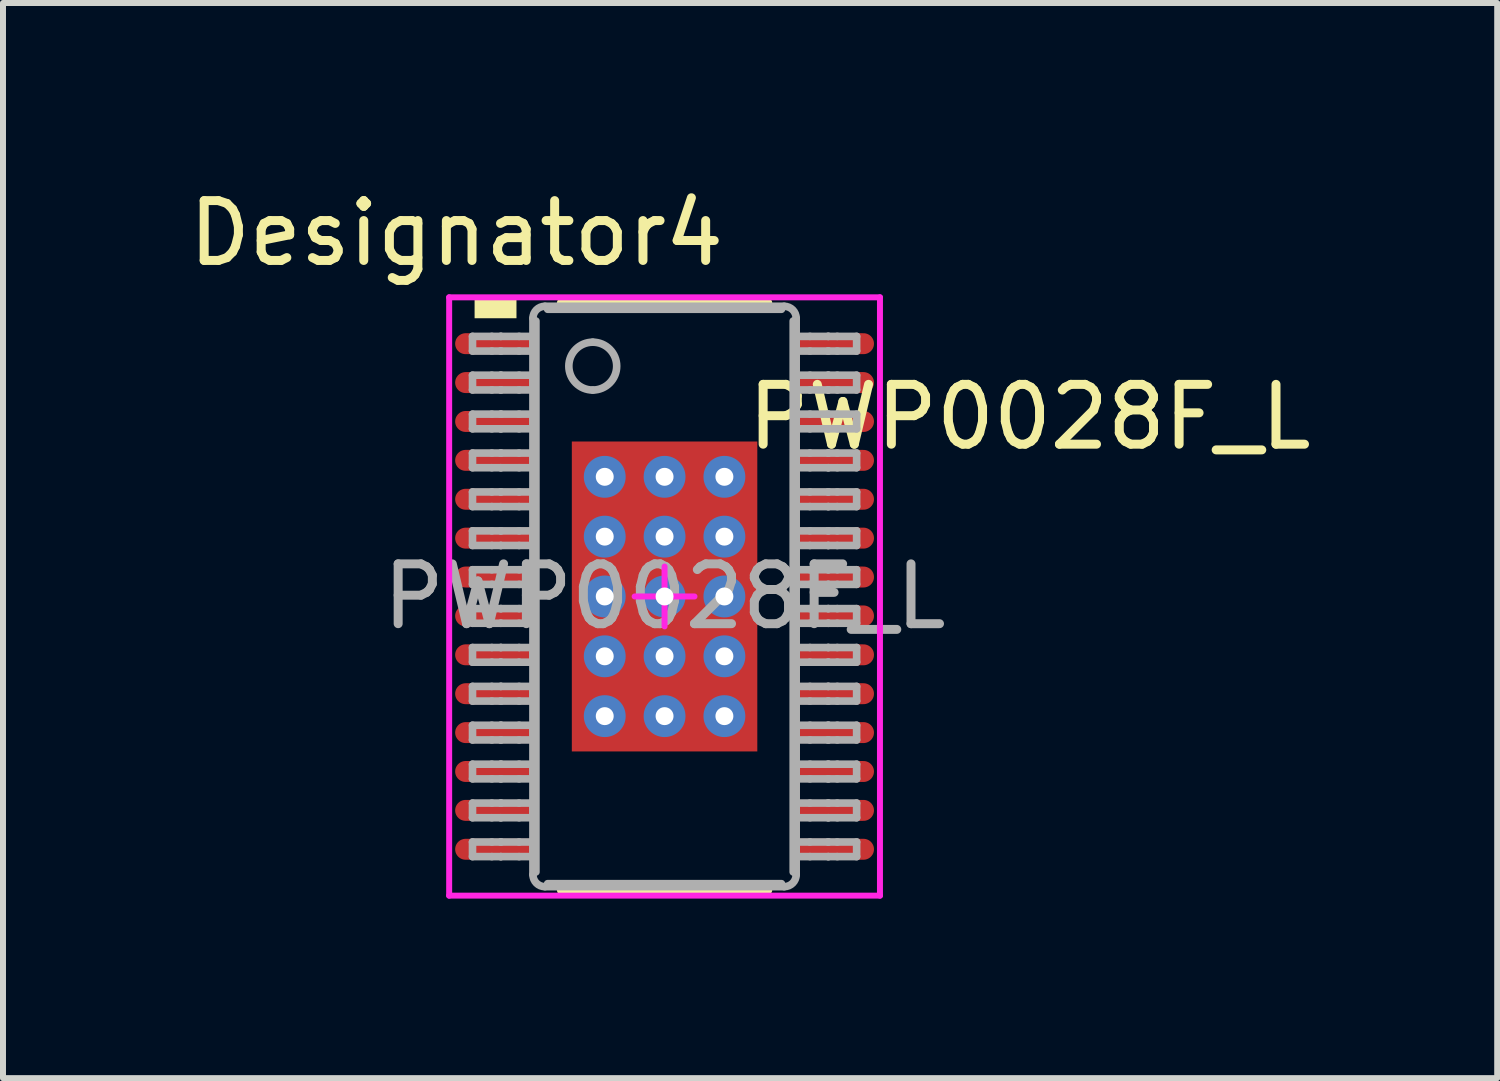
<source format=kicad_pcb>
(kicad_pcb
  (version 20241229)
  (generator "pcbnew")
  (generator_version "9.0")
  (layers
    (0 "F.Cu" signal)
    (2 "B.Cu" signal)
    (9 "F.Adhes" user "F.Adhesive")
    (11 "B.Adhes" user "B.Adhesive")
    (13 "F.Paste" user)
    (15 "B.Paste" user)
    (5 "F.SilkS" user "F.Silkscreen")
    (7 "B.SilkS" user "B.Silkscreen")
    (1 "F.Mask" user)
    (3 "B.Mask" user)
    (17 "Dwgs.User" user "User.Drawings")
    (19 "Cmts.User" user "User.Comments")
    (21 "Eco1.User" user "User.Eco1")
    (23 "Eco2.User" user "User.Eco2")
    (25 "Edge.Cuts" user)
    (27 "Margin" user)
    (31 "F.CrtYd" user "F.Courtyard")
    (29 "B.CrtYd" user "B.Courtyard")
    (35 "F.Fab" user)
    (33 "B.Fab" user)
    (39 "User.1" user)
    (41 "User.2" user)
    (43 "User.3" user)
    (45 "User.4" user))
  (footprint "PWP0028F_L"
    (layer "F.Cu")
    (at 8.057 6.919)
    (property "Reference" "PWP0028F_L" (at 6.1 -3 0) (unlocked yes) (layer "F.SilkS") (effects (font (size 1 1) (thickness 0.15))))
    (attr smd)
    (fp_line (start -1.7 -4.9) (end 1.7 -4.9) (stroke (width 0.2) (type solid)) (layer "F.SilkS"))
    (fp_line (start -1.7 4.9) (end 1.7 4.9) (stroke (width 0.2) (type solid)) (layer "F.SilkS"))
    (fp_poly (pts (xy -3.175 -4.65) (xy -2.475 -4.65) (xy -2.475 -4.975) (xy -3.175 -4.975)) (stroke (width 0) (type solid)) (fill yes) (layer "F.SilkS"))
    (fp_line (start -3.6 -5) (end 3.6 -5) (stroke (width 0.1) (type solid)) (layer "F.CrtYd"))
    (fp_line (start -3.6 5) (end -3.6 -5) (stroke (width 0.1) (type solid)) (layer "F.CrtYd"))
    (fp_line (start -3.6 5) (end 3.6 5) (stroke (width 0.1) (type solid)) (layer "F.CrtYd"))
    (fp_line (start -0.5 0) (end 0.5 0) (stroke (width 0.1) (type solid)) (layer "F.CrtYd"))
    (fp_line (start 0 0.5) (end 0 -0.5) (stroke (width 0.1) (type solid)) (layer "F.CrtYd"))
    (fp_line (start 3.6 5) (end 3.6 -5) (stroke (width 0.1) (type solid)) (layer "F.CrtYd"))
    (fp_line (start -3.21 -4.347) (end -2.887 -4.347) (stroke (width 0.127) (type solid)) (layer "F.Fab"))
    (fp_line (start -3.21 -4.102) (end -3.21 -4.347) (stroke (width 0.127) (type solid)) (layer "F.Fab"))
    (fp_line (start -3.21 -4.102) (end -2.887 -4.102) (stroke (width 0.127) (type solid)) (layer "F.Fab"))
    (fp_line (start -3.21 -3.698) (end -2.887 -3.698) (stroke (width 0.127) (type solid)) (layer "F.Fab"))
    (fp_line (start -3.21 -3.452) (end -3.21 -3.698) (stroke (width 0.127) (type solid)) (layer "F.Fab"))
    (fp_line (start -3.21 -3.452) (end -2.887 -3.452) (stroke (width 0.127) (type solid)) (layer "F.Fab"))
    (fp_line (start -3.21 -3.047) (end -2.887 -3.047) (stroke (width 0.127) (type solid)) (layer "F.Fab"))
    (fp_line (start -3.21 -2.802) (end -3.21 -3.047) (stroke (width 0.127) (type solid)) (layer "F.Fab"))
    (fp_line (start -3.21 -2.802) (end -2.887 -2.802) (stroke (width 0.127) (type solid)) (layer "F.Fab"))
    (fp_line (start -3.21 -2.397) (end -2.887 -2.397) (stroke (width 0.127) (type solid)) (layer "F.Fab"))
    (fp_line (start -3.21 -2.152) (end -3.21 -2.397) (stroke (width 0.127) (type solid)) (layer "F.Fab"))
    (fp_line (start -3.21 -2.152) (end -2.887 -2.152) (stroke (width 0.127) (type solid)) (layer "F.Fab"))
    (fp_line (start -3.21 -1.747) (end -2.887 -1.747) (stroke (width 0.127) (type solid)) (layer "F.Fab"))
    (fp_line (start -3.21 -1.502) (end -3.21 -1.747) (stroke (width 0.127) (type solid)) (layer "F.Fab"))
    (fp_line (start -3.21 -1.502) (end -2.887 -1.502) (stroke (width 0.127) (type solid)) (layer "F.Fab"))
    (fp_line (start -3.21 -1.097) (end -2.887 -1.097) (stroke (width 0.127) (type solid)) (layer "F.Fab"))
    (fp_line (start -3.21 -0.852) (end -3.21 -1.097) (stroke (width 0.127) (type solid)) (layer "F.Fab"))
    (fp_line (start -3.21 -0.852) (end -2.887 -0.852) (stroke (width 0.127) (type solid)) (layer "F.Fab"))
    (fp_line (start -3.21 -0.447) (end -2.887 -0.447) (stroke (width 0.127) (type solid)) (layer "F.Fab"))
    (fp_line (start -3.21 -0.202) (end -3.21 -0.447) (stroke (width 0.127) (type solid)) (layer "F.Fab"))
    (fp_line (start -3.21 -0.202) (end -2.887 -0.202) (stroke (width 0.127) (type solid)) (layer "F.Fab"))
    (fp_line (start -3.21 0.203) (end -2.887 0.203) (stroke (width 0.127) (type solid)) (layer "F.Fab"))
    (fp_line (start -3.21 0.448) (end -3.21 0.203) (stroke (width 0.127) (type solid)) (layer "F.Fab"))
    (fp_line (start -3.21 0.448) (end -2.887 0.448) (stroke (width 0.127) (type solid)) (layer "F.Fab"))
    (fp_line (start -3.21 0.853) (end -2.887 0.853) (stroke (width 0.127) (type solid)) (layer "F.Fab"))
    (fp_line (start -3.21 1.098) (end -3.21 0.853) (stroke (width 0.127) (type solid)) (layer "F.Fab"))
    (fp_line (start -3.21 1.098) (end -2.887 1.098) (stroke (width 0.127) (type solid)) (layer "F.Fab"))
    (fp_line (start -3.21 1.503) (end -2.887 1.503) (stroke (width 0.127) (type solid)) (layer "F.Fab"))
    (fp_line (start -3.21 1.748) (end -3.21 1.503) (stroke (width 0.127) (type solid)) (layer "F.Fab"))
    (fp_line (start -3.21 1.748) (end -2.887 1.748) (stroke (width 0.127) (type solid)) (layer "F.Fab"))
    (fp_line (start -3.21 2.152) (end -2.887 2.152) (stroke (width 0.127) (type solid)) (layer "F.Fab"))
    (fp_line (start -3.21 2.398) (end -3.21 2.152) (stroke (width 0.127) (type solid)) (layer "F.Fab"))
    (fp_line (start -3.21 2.398) (end -2.887 2.398) (stroke (width 0.127) (type solid)) (layer "F.Fab"))
    (fp_line (start -3.21 2.803) (end -2.887 2.803) (stroke (width 0.127) (type solid)) (layer "F.Fab"))
    (fp_line (start -3.21 3.048) (end -3.21 2.803) (stroke (width 0.127) (type solid)) (layer "F.Fab"))
    (fp_line (start -3.21 3.048) (end -2.887 3.048) (stroke (width 0.127) (type solid)) (layer "F.Fab"))
    (fp_line (start -3.21 3.453) (end -2.887 3.453) (stroke (width 0.127) (type solid)) (layer "F.Fab"))
    (fp_line (start -3.21 3.698) (end -3.21 3.453) (stroke (width 0.127) (type solid)) (layer "F.Fab"))
    (fp_line (start -3.21 3.698) (end -2.887 3.698) (stroke (width 0.127) (type solid)) (layer "F.Fab"))
    (fp_line (start -3.21 4.103) (end -2.887 4.103) (stroke (width 0.127) (type solid)) (layer "F.Fab"))
    (fp_line (start -3.21 4.348) (end -3.21 4.103) (stroke (width 0.127) (type solid)) (layer "F.Fab"))
    (fp_line (start -3.21 4.348) (end -2.887 4.348) (stroke (width 0.127) (type solid)) (layer "F.Fab"))
    (fp_line (start -2.887 -4.347) (end -2.739 -4.347) (stroke (width 0.127) (type solid)) (layer "F.Fab"))
    (fp_line (start -2.887 -4.102) (end -2.739 -4.102) (stroke (width 0.127) (type solid)) (layer "F.Fab"))
    (fp_line (start -2.887 -3.698) (end -2.739 -3.698) (stroke (width 0.127) (type solid)) (layer "F.Fab"))
    (fp_line (start -2.887 -3.452) (end -2.739 -3.452) (stroke (width 0.127) (type solid)) (layer "F.Fab"))
    (fp_line (start -2.887 -3.047) (end -2.739 -3.047) (stroke (width 0.127) (type solid)) (layer "F.Fab"))
    (fp_line (start -2.887 -2.802) (end -2.739 -2.802) (stroke (width 0.127) (type solid)) (layer "F.Fab"))
    (fp_line (start -2.887 -2.397) (end -2.739 -2.397) (stroke (width 0.127) (type solid)) (layer "F.Fab"))
    (fp_line (start -2.887 -2.152) (end -2.739 -2.152) (stroke (width 0.127) (type solid)) (layer "F.Fab"))
    (fp_line (start -2.887 -1.747) (end -2.739 -1.747) (stroke (width 0.127) (type solid)) (layer "F.Fab"))
    (fp_line (start -2.887 -1.502) (end -2.739 -1.502) (stroke (width 0.127) (type solid)) (layer "F.Fab"))
    (fp_line (start -2.887 -1.097) (end -2.739 -1.097) (stroke (width 0.127) (type solid)) (layer "F.Fab"))
    (fp_line (start -2.887 -0.852) (end -2.739 -0.852) (stroke (width 0.127) (type solid)) (layer "F.Fab"))
    (fp_line (start -2.887 -0.447) (end -2.739 -0.447) (stroke (width 0.127) (type solid)) (layer "F.Fab"))
    (fp_line (start -2.887 -0.202) (end -2.739 -0.202) (stroke (width 0.127) (type solid)) (layer "F.Fab"))
    (fp_line (start -2.887 0.203) (end -2.739 0.203) (stroke (width 0.127) (type solid)) (layer "F.Fab"))
    (fp_line (start -2.887 0.448) (end -2.739 0.448) (stroke (width 0.127) (type solid)) (layer "F.Fab"))
    (fp_line (start -2.887 0.853) (end -2.739 0.853) (stroke (width 0.127) (type solid)) (layer "F.Fab"))
    (fp_line (start -2.887 1.098) (end -2.739 1.098) (stroke (width 0.127) (type solid)) (layer "F.Fab"))
    (fp_line (start -2.887 1.503) (end -2.739 1.503) (stroke (width 0.127) (type solid)) (layer "F.Fab"))
    (fp_line (start -2.887 1.748) (end -2.739 1.748) (stroke (width 0.127) (type solid)) (layer "F.Fab"))
    (fp_line (start -2.887 2.152) (end -2.739 2.152) (stroke (width 0.127) (type solid)) (layer "F.Fab"))
    (fp_line (start -2.887 2.398) (end -2.739 2.398) (stroke (width 0.127) (type solid)) (layer "F.Fab"))
    (fp_line (start -2.887 2.803) (end -2.739 2.803) (stroke (width 0.127) (type solid)) (layer "F.Fab"))
    (fp_line (start -2.887 3.048) (end -2.739 3.048) (stroke (width 0.127) (type solid)) (layer "F.Fab"))
    (fp_line (start -2.887 3.453) (end -2.739 3.453) (stroke (width 0.127) (type solid)) (layer "F.Fab"))
    (fp_line (start -2.887 3.698) (end -2.739 3.698) (stroke (width 0.127) (type solid)) (layer "F.Fab"))
    (fp_line (start -2.887 4.103) (end -2.739 4.103) (stroke (width 0.127) (type solid)) (layer "F.Fab"))
    (fp_line (start -2.887 4.348) (end -2.739 4.348) (stroke (width 0.127) (type solid)) (layer "F.Fab"))
    (fp_line (start -2.739 -4.347) (end -2.733 -4.347) (stroke (width 0.127) (type solid)) (layer "F.Fab"))
    (fp_line (start -2.739 -4.102) (end -2.733 -4.102) (stroke (width 0.127) (type solid)) (layer "F.Fab"))
    (fp_line (start -2.739 -3.698) (end -2.733 -3.698) (stroke (width 0.127) (type solid)) (layer "F.Fab"))
    (fp_line (start -2.739 -3.452) (end -2.733 -3.452) (stroke (width 0.127) (type solid)) (layer "F.Fab"))
    (fp_line (start -2.739 -3.047) (end -2.733 -3.047) (stroke (width 0.127) (type solid)) (layer "F.Fab"))
    (fp_line (start -2.739 -2.802) (end -2.733 -2.802) (stroke (width 0.127) (type solid)) (layer "F.Fab"))
    (fp_line (start -2.739 -2.397) (end -2.733 -2.397) (stroke (width 0.127) (type solid)) (layer "F.Fab"))
    (fp_line (start -2.739 -2.152) (end -2.733 -2.152) (stroke (width 0.127) (type solid)) (layer "F.Fab"))
    (fp_line (start -2.739 -1.747) (end -2.733 -1.747) (stroke (width 0.127) (type solid)) (layer "F.Fab"))
    (fp_line (start -2.739 -1.502) (end -2.733 -1.502) (stroke (width 0.127) (type solid)) (layer "F.Fab"))
    (fp_line (start -2.739 -1.097) (end -2.733 -1.097) (stroke (width 0.127) (type solid)) (layer "F.Fab"))
    (fp_line (start -2.739 -0.852) (end -2.733 -0.852) (stroke (width 0.127) (type solid)) (layer "F.Fab"))
    (fp_line (start -2.739 -0.447) (end -2.733 -0.447) (stroke (width 0.127) (type solid)) (layer "F.Fab"))
    (fp_line (start -2.739 -0.202) (end -2.733 -0.202) (stroke (width 0.127) (type solid)) (layer "F.Fab"))
    (fp_line (start -2.739 0.203) (end -2.733 0.203) (stroke (width 0.127) (type solid)) (layer "F.Fab"))
    (fp_line (start -2.739 0.448) (end -2.733 0.448) (stroke (width 0.127) (type solid)) (layer "F.Fab"))
    (fp_line (start -2.739 0.853) (end -2.733 0.853) (stroke (width 0.127) (type solid)) (layer "F.Fab"))
    (fp_line (start -2.739 1.098) (end -2.733 1.098) (stroke (width 0.127) (type solid)) (layer "F.Fab"))
    (fp_line (start -2.739 1.503) (end -2.733 1.503) (stroke (width 0.127) (type solid)) (layer "F.Fab"))
    (fp_line (start -2.739 1.748) (end -2.733 1.748) (stroke (width 0.127) (type solid)) (layer "F.Fab"))
    (fp_line (start -2.739 2.152) (end -2.733 2.152) (stroke (width 0.127) (type solid)) (layer "F.Fab"))
    (fp_line (start -2.739 2.398) (end -2.733 2.398) (stroke (width 0.127) (type solid)) (layer "F.Fab"))
    (fp_line (start -2.739 2.803) (end -2.733 2.803) (stroke (width 0.127) (type solid)) (layer "F.Fab"))
    (fp_line (start -2.739 3.048) (end -2.733 3.048) (stroke (width 0.127) (type solid)) (layer "F.Fab"))
    (fp_line (start -2.739 3.453) (end -2.733 3.453) (stroke (width 0.127) (type solid)) (layer "F.Fab"))
    (fp_line (start -2.739 3.698) (end -2.733 3.698) (stroke (width 0.127) (type solid)) (layer "F.Fab"))
    (fp_line (start -2.739 4.103) (end -2.733 4.103) (stroke (width 0.127) (type solid)) (layer "F.Fab"))
    (fp_line (start -2.739 4.348) (end -2.733 4.348) (stroke (width 0.127) (type solid)) (layer "F.Fab"))
    (fp_line (start -2.733 -4.347) (end -2.431 -4.347) (stroke (width 0.127) (type solid)) (layer "F.Fab"))
    (fp_line (start -2.733 -4.102) (end -2.431 -4.102) (stroke (width 0.127) (type solid)) (layer "F.Fab"))
    (fp_line (start -2.733 -3.698) (end -2.431 -3.698) (stroke (width 0.127) (type solid)) (layer "F.Fab"))
    (fp_line (start -2.733 -3.452) (end -2.431 -3.452) (stroke (width 0.127) (type solid)) (layer "F.Fab"))
    (fp_line (start -2.733 -3.047) (end -2.431 -3.047) (stroke (width 0.127) (type solid)) (layer "F.Fab"))
    (fp_line (start -2.733 -2.802) (end -2.431 -2.802) (stroke (width 0.127) (type solid)) (layer "F.Fab"))
    (fp_line (start -2.733 -2.397) (end -2.431 -2.397) (stroke (width 0.127) (type solid)) (layer "F.Fab"))
    (fp_line (start -2.733 -2.152) (end -2.431 -2.152) (stroke (width 0.127) (type solid)) (layer "F.Fab"))
    (fp_line (start -2.733 -1.747) (end -2.431 -1.747) (stroke (width 0.127) (type solid)) (layer "F.Fab"))
    (fp_line (start -2.733 -1.502) (end -2.431 -1.502) (stroke (width 0.127) (type solid)) (layer "F.Fab"))
    (fp_line (start -2.733 -1.097) (end -2.431 -1.097) (stroke (width 0.127) (type solid)) (layer "F.Fab"))
    (fp_line (start -2.733 -0.852) (end -2.431 -0.852) (stroke (width 0.127) (type solid)) (layer "F.Fab"))
    (fp_line (start -2.733 -0.447) (end -2.431 -0.447) (stroke (width 0.127) (type solid)) (layer "F.Fab"))
    (fp_line (start -2.733 -0.202) (end -2.431 -0.202) (stroke (width 0.127) (type solid)) (layer "F.Fab"))
    (fp_line (start -2.733 0.203) (end -2.431 0.203) (stroke (width 0.127) (type solid)) (layer "F.Fab"))
    (fp_line (start -2.733 0.448) (end -2.431 0.448) (stroke (width 0.127) (type solid)) (layer "F.Fab"))
    (fp_line (start -2.733 0.853) (end -2.431 0.853) (stroke (width 0.127) (type solid)) (layer "F.Fab"))
    (fp_line (start -2.733 1.098) (end -2.431 1.098) (stroke (width 0.127) (type solid)) (layer "F.Fab"))
    (fp_line (start -2.733 1.503) (end -2.431 1.503) (stroke (width 0.127) (type solid)) (layer "F.Fab"))
    (fp_line (start -2.733 1.748) (end -2.431 1.748) (stroke (width 0.127) (type solid)) (layer "F.Fab"))
    (fp_line (start -2.733 2.152) (end -2.431 2.152) (stroke (width 0.127) (type solid)) (layer "F.Fab"))
    (fp_line (start -2.733 2.398) (end -2.431 2.398) (stroke (width 0.127) (type solid)) (layer "F.Fab"))
    (fp_line (start -2.733 2.803) (end -2.431 2.803) (stroke (width 0.127) (type solid)) (layer "F.Fab"))
    (fp_line (start -2.733 3.048) (end -2.431 3.048) (stroke (width 0.127) (type solid)) (layer "F.Fab"))
    (fp_line (start -2.733 3.453) (end -2.431 3.453) (stroke (width 0.127) (type solid)) (layer "F.Fab"))
    (fp_line (start -2.733 3.698) (end -2.431 3.698) (stroke (width 0.127) (type solid)) (layer "F.Fab"))
    (fp_line (start -2.733 4.103) (end -2.431 4.103) (stroke (width 0.127) (type solid)) (layer "F.Fab"))
    (fp_line (start -2.733 4.348) (end -2.431 4.348) (stroke (width 0.127) (type solid)) (layer "F.Fab"))
    (fp_line (start -2.431 -4.347) (end -2.2 -4.347) (stroke (width 0.127) (type solid)) (layer "F.Fab"))
    (fp_line (start -2.431 -4.102) (end -2.2 -4.102) (stroke (width 0.127) (type solid)) (layer "F.Fab"))
    (fp_line (start -2.431 -3.698) (end -2.2 -3.698) (stroke (width 0.127) (type solid)) (layer "F.Fab"))
    (fp_line (start -2.431 -3.452) (end -2.2 -3.452) (stroke (width 0.127) (type solid)) (layer "F.Fab"))
    (fp_line (start -2.431 -3.047) (end -2.2 -3.047) (stroke (width 0.127) (type solid)) (layer "F.Fab"))
    (fp_line (start -2.431 -2.802) (end -2.2 -2.802) (stroke (width 0.127) (type solid)) (layer "F.Fab"))
    (fp_line (start -2.431 -2.397) (end -2.2 -2.397) (stroke (width 0.127) (type solid)) (layer "F.Fab"))
    (fp_line (start -2.431 -2.152) (end -2.2 -2.152) (stroke (width 0.127) (type solid)) (layer "F.Fab"))
    (fp_line (start -2.431 -1.747) (end -2.2 -1.747) (stroke (width 0.127) (type solid)) (layer "F.Fab"))
    (fp_line (start -2.431 -1.502) (end -2.2 -1.502) (stroke (width 0.127) (type solid)) (layer "F.Fab"))
    (fp_line (start -2.431 -1.097) (end -2.2 -1.097) (stroke (width 0.127) (type solid)) (layer "F.Fab"))
    (fp_line (start -2.431 -0.852) (end -2.2 -0.852) (stroke (width 0.127) (type solid)) (layer "F.Fab"))
    (fp_line (start -2.431 -0.447) (end -2.2 -0.447) (stroke (width 0.127) (type solid)) (layer "F.Fab"))
    (fp_line (start -2.431 -0.202) (end -2.2 -0.202) (stroke (width 0.127) (type solid)) (layer "F.Fab"))
    (fp_line (start -2.431 0.203) (end -2.2 0.203) (stroke (width 0.127) (type solid)) (layer "F.Fab"))
    (fp_line (start -2.431 0.448) (end -2.2 0.448) (stroke (width 0.127) (type solid)) (layer "F.Fab"))
    (fp_line (start -2.431 0.853) (end -2.2 0.853) (stroke (width 0.127) (type solid)) (layer "F.Fab"))
    (fp_line (start -2.431 1.098) (end -2.2 1.098) (stroke (width 0.127) (type solid)) (layer "F.Fab"))
    (fp_line (start -2.431 1.503) (end -2.2 1.503) (stroke (width 0.127) (type solid)) (layer "F.Fab"))
    (fp_line (start -2.431 1.748) (end -2.2 1.748) (stroke (width 0.127) (type solid)) (layer "F.Fab"))
    (fp_line (start -2.431 2.152) (end -2.2 2.152) (stroke (width 0.127) (type solid)) (layer "F.Fab"))
    (fp_line (start -2.431 2.398) (end -2.2 2.398) (stroke (width 0.127) (type solid)) (layer "F.Fab"))
    (fp_line (start -2.431 2.803) (end -2.2 2.803) (stroke (width 0.127) (type solid)) (layer "F.Fab"))
    (fp_line (start -2.431 3.048) (end -2.2 3.048) (stroke (width 0.127) (type solid)) (layer "F.Fab"))
    (fp_line (start -2.431 3.453) (end -2.2 3.453) (stroke (width 0.127) (type solid)) (layer "F.Fab"))
    (fp_line (start -2.431 3.698) (end -2.2 3.698) (stroke (width 0.127) (type solid)) (layer "F.Fab"))
    (fp_line (start -2.431 4.103) (end -2.2 4.103) (stroke (width 0.127) (type solid)) (layer "F.Fab"))
    (fp_line (start -2.431 4.348) (end -2.2 4.348) (stroke (width 0.127) (type solid)) (layer "F.Fab"))
    (fp_line (start -2.2 -4.102) (end -2.2 -4.347) (stroke (width 0.127) (type solid)) (layer "F.Fab"))
    (fp_line (start -2.2 -3.452) (end -2.2 -3.698) (stroke (width 0.127) (type solid)) (layer "F.Fab"))
    (fp_line (start -2.2 -2.802) (end -2.2 -3.047) (stroke (width 0.127) (type solid)) (layer "F.Fab"))
    (fp_line (start -2.2 -2.152) (end -2.2 -2.397) (stroke (width 0.127) (type solid)) (layer "F.Fab"))
    (fp_line (start -2.2 -1.502) (end -2.2 -1.747) (stroke (width 0.127) (type solid)) (layer "F.Fab"))
    (fp_line (start -2.2 -0.852) (end -2.2 -1.097) (stroke (width 0.127) (type solid)) (layer "F.Fab"))
    (fp_line (start -2.2 -0.202) (end -2.2 -0.447) (stroke (width 0.127) (type solid)) (layer "F.Fab"))
    (fp_line (start -2.2 0.448) (end -2.2 0.203) (stroke (width 0.127) (type solid)) (layer "F.Fab"))
    (fp_line (start -2.2 1.098) (end -2.2 0.853) (stroke (width 0.127) (type solid)) (layer "F.Fab"))
    (fp_line (start -2.2 1.748) (end -2.2 1.503) (stroke (width 0.127) (type solid)) (layer "F.Fab"))
    (fp_line (start -2.2 2.398) (end -2.2 2.152) (stroke (width 0.127) (type solid)) (layer "F.Fab"))
    (fp_line (start -2.2 3.048) (end -2.2 2.803) (stroke (width 0.127) (type solid)) (layer "F.Fab"))
    (fp_line (start -2.2 3.698) (end -2.2 3.453) (stroke (width 0.127) (type solid)) (layer "F.Fab"))
    (fp_line (start -2.2 4.348) (end -2.2 4.103) (stroke (width 0.127) (type solid)) (layer "F.Fab"))
    (fp_line (start -2.2 4.65) (end -2.2 -4.65) (stroke (width 0.127) (type solid)) (layer "F.Fab"))
    (fp_line (start -2.15 4.604) (end -2.15 -4.604) (stroke (width 0.127) (type solid)) (layer "F.Fab"))
    (fp_line (start -2 -4.85) (end 2 -4.85) (stroke (width 0.127) (type solid)) (layer "F.Fab"))
    (fp_line (start -2 4.85) (end 2 4.85) (stroke (width 0.127) (type solid)) (layer "F.Fab"))
    (fp_line (start -1.954 -4.8) (end 1.954 -4.8) (stroke (width 0.127) (type solid)) (layer "F.Fab"))
    (fp_line (start -1.954 4.8) (end 1.954 4.8) (stroke (width 0.127) (type solid)) (layer "F.Fab"))
    (fp_line (start 2.15 4.604) (end 2.15 -4.604) (stroke (width 0.127) (type solid)) (layer "F.Fab"))
    (fp_line (start 2.2 -4.347) (end 2.43 -4.347) (stroke (width 0.127) (type solid)) (layer "F.Fab"))
    (fp_line (start 2.2 -4.102) (end 2.2 -4.347) (stroke (width 0.127) (type solid)) (layer "F.Fab"))
    (fp_line (start 2.2 -4.102) (end 2.43 -4.102) (stroke (width 0.127) (type solid)) (layer "F.Fab"))
    (fp_line (start 2.2 -3.698) (end 2.43 -3.698) (stroke (width 0.127) (type solid)) (layer "F.Fab"))
    (fp_line (start 2.2 -3.452) (end 2.2 -3.698) (stroke (width 0.127) (type solid)) (layer "F.Fab"))
    (fp_line (start 2.2 -3.452) (end 2.43 -3.452) (stroke (width 0.127) (type solid)) (layer "F.Fab"))
    (fp_line (start 2.2 -3.047) (end 2.43 -3.047) (stroke (width 0.127) (type solid)) (layer "F.Fab"))
    (fp_line (start 2.2 -2.802) (end 2.2 -3.047) (stroke (width 0.127) (type solid)) (layer "F.Fab"))
    (fp_line (start 2.2 -2.802) (end 2.43 -2.802) (stroke (width 0.127) (type solid)) (layer "F.Fab"))
    (fp_line (start 2.2 -2.397) (end 2.43 -2.397) (stroke (width 0.127) (type solid)) (layer "F.Fab"))
    (fp_line (start 2.2 -2.152) (end 2.2 -2.397) (stroke (width 0.127) (type solid)) (layer "F.Fab"))
    (fp_line (start 2.2 -2.152) (end 2.43 -2.152) (stroke (width 0.127) (type solid)) (layer "F.Fab"))
    (fp_line (start 2.2 -1.747) (end 2.43 -1.747) (stroke (width 0.127) (type solid)) (layer "F.Fab"))
    (fp_line (start 2.2 -1.502) (end 2.2 -1.747) (stroke (width 0.127) (type solid)) (layer "F.Fab"))
    (fp_line (start 2.2 -1.502) (end 2.43 -1.502) (stroke (width 0.127) (type solid)) (layer "F.Fab"))
    (fp_line (start 2.2 -1.097) (end 2.43 -1.097) (stroke (width 0.127) (type solid)) (layer "F.Fab"))
    (fp_line (start 2.2 -0.852) (end 2.2 -1.097) (stroke (width 0.127) (type solid)) (layer "F.Fab"))
    (fp_line (start 2.2 -0.852) (end 2.43 -0.852) (stroke (width 0.127) (type solid)) (layer "F.Fab"))
    (fp_line (start 2.2 -0.447) (end 2.43 -0.447) (stroke (width 0.127) (type solid)) (layer "F.Fab"))
    (fp_line (start 2.2 -0.202) (end 2.2 -0.447) (stroke (width 0.127) (type solid)) (layer "F.Fab"))
    (fp_line (start 2.2 -0.202) (end 2.43 -0.202) (stroke (width 0.127) (type solid)) (layer "F.Fab"))
    (fp_line (start 2.2 0.203) (end 2.43 0.203) (stroke (width 0.127) (type solid)) (layer "F.Fab"))
    (fp_line (start 2.2 0.448) (end 2.2 0.203) (stroke (width 0.127) (type solid)) (layer "F.Fab"))
    (fp_line (start 2.2 0.448) (end 2.43 0.448) (stroke (width 0.127) (type solid)) (layer "F.Fab"))
    (fp_line (start 2.2 0.853) (end 2.43 0.853) (stroke (width 0.127) (type solid)) (layer "F.Fab"))
    (fp_line (start 2.2 1.098) (end 2.2 0.853) (stroke (width 0.127) (type solid)) (layer "F.Fab"))
    (fp_line (start 2.2 1.098) (end 2.43 1.098) (stroke (width 0.127) (type solid)) (layer "F.Fab"))
    (fp_line (start 2.2 1.503) (end 2.43 1.503) (stroke (width 0.127) (type solid)) (layer "F.Fab"))
    (fp_line (start 2.2 1.748) (end 2.2 1.503) (stroke (width 0.127) (type solid)) (layer "F.Fab"))
    (fp_line (start 2.2 1.748) (end 2.43 1.748) (stroke (width 0.127) (type solid)) (layer "F.Fab"))
    (fp_line (start 2.2 2.152) (end 2.43 2.152) (stroke (width 0.127) (type solid)) (layer "F.Fab"))
    (fp_line (start 2.2 2.398) (end 2.2 2.152) (stroke (width 0.127) (type solid)) (layer "F.Fab"))
    (fp_line (start 2.2 2.398) (end 2.43 2.398) (stroke (width 0.127) (type solid)) (layer "F.Fab"))
    (fp_line (start 2.2 2.803) (end 2.43 2.803) (stroke (width 0.127) (type solid)) (layer "F.Fab"))
    (fp_line (start 2.2 3.048) (end 2.2 2.803) (stroke (width 0.127) (type solid)) (layer "F.Fab"))
    (fp_line (start 2.2 3.048) (end 2.43 3.048) (stroke (width 0.127) (type solid)) (layer "F.Fab"))
    (fp_line (start 2.2 3.453) (end 2.43 3.453) (stroke (width 0.127) (type solid)) (layer "F.Fab"))
    (fp_line (start 2.2 3.698) (end 2.2 3.453) (stroke (width 0.127) (type solid)) (layer "F.Fab"))
    (fp_line (start 2.2 3.698) (end 2.43 3.698) (stroke (width 0.127) (type solid)) (layer "F.Fab"))
    (fp_line (start 2.2 4.103) (end 2.43 4.103) (stroke (width 0.127) (type solid)) (layer "F.Fab"))
    (fp_line (start 2.2 4.348) (end 2.2 4.103) (stroke (width 0.127) (type solid)) (layer "F.Fab"))
    (fp_line (start 2.2 4.348) (end 2.43 4.348) (stroke (width 0.127) (type solid)) (layer "F.Fab"))
    (fp_line (start 2.2 4.65) (end 2.2 -4.65) (stroke (width 0.127) (type solid)) (layer "F.Fab"))
    (fp_line (start 2.43 -4.347) (end 2.733 -4.347) (stroke (width 0.127) (type solid)) (layer "F.Fab"))
    (fp_line (start 2.43 -4.102) (end 2.733 -4.102) (stroke (width 0.127) (type solid)) (layer "F.Fab"))
    (fp_line (start 2.43 -3.698) (end 2.733 -3.698) (stroke (width 0.127) (type solid)) (layer "F.Fab"))
    (fp_line (start 2.43 -3.452) (end 2.733 -3.452) (stroke (width 0.127) (type solid)) (layer "F.Fab"))
    (fp_line (start 2.43 -3.047) (end 2.733 -3.047) (stroke (width 0.127) (type solid)) (layer "F.Fab"))
    (fp_line (start 2.43 -2.802) (end 2.733 -2.802) (stroke (width 0.127) (type solid)) (layer "F.Fab"))
    (fp_line (start 2.43 -2.397) (end 2.733 -2.397) (stroke (width 0.127) (type solid)) (layer "F.Fab"))
    (fp_line (start 2.43 -2.152) (end 2.733 -2.152) (stroke (width 0.127) (type solid)) (layer "F.Fab"))
    (fp_line (start 2.43 -1.747) (end 2.733 -1.747) (stroke (width 0.127) (type solid)) (layer "F.Fab"))
    (fp_line (start 2.43 -1.502) (end 2.733 -1.502) (stroke (width 0.127) (type solid)) (layer "F.Fab"))
    (fp_line (start 2.43 -1.097) (end 2.733 -1.097) (stroke (width 0.127) (type solid)) (layer "F.Fab"))
    (fp_line (start 2.43 -0.852) (end 2.733 -0.852) (stroke (width 0.127) (type solid)) (layer "F.Fab"))
    (fp_line (start 2.43 -0.447) (end 2.733 -0.447) (stroke (width 0.127) (type solid)) (layer "F.Fab"))
    (fp_line (start 2.43 -0.202) (end 2.733 -0.202) (stroke (width 0.127) (type solid)) (layer "F.Fab"))
    (fp_line (start 2.43 0.203) (end 2.733 0.203) (stroke (width 0.127) (type solid)) (layer "F.Fab"))
    (fp_line (start 2.43 0.448) (end 2.733 0.448) (stroke (width 0.127) (type solid)) (layer "F.Fab"))
    (fp_line (start 2.43 0.853) (end 2.733 0.853) (stroke (width 0.127) (type solid)) (layer "F.Fab"))
    (fp_line (start 2.43 1.098) (end 2.733 1.098) (stroke (width 0.127) (type solid)) (layer "F.Fab"))
    (fp_line (start 2.43 1.503) (end 2.733 1.503) (stroke (width 0.127) (type solid)) (layer "F.Fab"))
    (fp_line (start 2.43 1.748) (end 2.733 1.748) (stroke (width 0.127) (type solid)) (layer "F.Fab"))
    (fp_line (start 2.43 2.152) (end 2.733 2.152) (stroke (width 0.127) (type solid)) (layer "F.Fab"))
    (fp_line (start 2.43 2.398) (end 2.733 2.398) (stroke (width 0.127) (type solid)) (layer "F.Fab"))
    (fp_line (start 2.43 2.803) (end 2.733 2.803) (stroke (width 0.127) (type solid)) (layer "F.Fab"))
    (fp_line (start 2.43 3.048) (end 2.733 3.048) (stroke (width 0.127) (type solid)) (layer "F.Fab"))
    (fp_line (start 2.43 3.453) (end 2.733 3.453) (stroke (width 0.127) (type solid)) (layer "F.Fab"))
    (fp_line (start 2.43 3.698) (end 2.733 3.698) (stroke (width 0.127) (type solid)) (layer "F.Fab"))
    (fp_line (start 2.43 4.103) (end 2.733 4.103) (stroke (width 0.127) (type solid)) (layer "F.Fab"))
    (fp_line (start 2.43 4.348) (end 2.733 4.348) (stroke (width 0.127) (type solid)) (layer "F.Fab"))
    (fp_line (start 2.733 -4.347) (end 2.739 -4.347) (stroke (width 0.127) (type solid)) (layer "F.Fab"))
    (fp_line (start 2.733 -4.102) (end 2.739 -4.102) (stroke (width 0.127) (type solid)) (layer "F.Fab"))
    (fp_line (start 2.733 -3.698) (end 2.739 -3.698) (stroke (width 0.127) (type solid)) (layer "F.Fab"))
    (fp_line (start 2.733 -3.452) (end 2.739 -3.452) (stroke (width 0.127) (type solid)) (layer "F.Fab"))
    (fp_line (start 2.733 -3.047) (end 2.739 -3.047) (stroke (width 0.127) (type solid)) (layer "F.Fab"))
    (fp_line (start 2.733 -2.802) (end 2.739 -2.802) (stroke (width 0.127) (type solid)) (layer "F.Fab"))
    (fp_line (start 2.733 -2.397) (end 2.739 -2.397) (stroke (width 0.127) (type solid)) (layer "F.Fab"))
    (fp_line (start 2.733 -2.152) (end 2.739 -2.152) (stroke (width 0.127) (type solid)) (layer "F.Fab"))
    (fp_line (start 2.733 -1.747) (end 2.739 -1.747) (stroke (width 0.127) (type solid)) (layer "F.Fab"))
    (fp_line (start 2.733 -1.502) (end 2.739 -1.502) (stroke (width 0.127) (type solid)) (layer "F.Fab"))
    (fp_line (start 2.733 -1.097) (end 2.739 -1.097) (stroke (width 0.127) (type solid)) (layer "F.Fab"))
    (fp_line (start 2.733 -0.852) (end 2.739 -0.852) (stroke (width 0.127) (type solid)) (layer "F.Fab"))
    (fp_line (start 2.733 -0.447) (end 2.739 -0.447) (stroke (width 0.127) (type solid)) (layer "F.Fab"))
    (fp_line (start 2.733 -0.202) (end 2.739 -0.202) (stroke (width 0.127) (type solid)) (layer "F.Fab"))
    (fp_line (start 2.733 0.203) (end 2.739 0.203) (stroke (width 0.127) (type solid)) (layer "F.Fab"))
    (fp_line (start 2.733 0.448) (end 2.739 0.448) (stroke (width 0.127) (type solid)) (layer "F.Fab"))
    (fp_line (start 2.733 0.853) (end 2.739 0.853) (stroke (width 0.127) (type solid)) (layer "F.Fab"))
    (fp_line (start 2.733 1.098) (end 2.739 1.098) (stroke (width 0.127) (type solid)) (layer "F.Fab"))
    (fp_line (start 2.733 1.503) (end 2.739 1.503) (stroke (width 0.127) (type solid)) (layer "F.Fab"))
    (fp_line (start 2.733 1.748) (end 2.739 1.748) (stroke (width 0.127) (type solid)) (layer "F.Fab"))
    (fp_line (start 2.733 2.152) (end 2.739 2.152) (stroke (width 0.127) (type solid)) (layer "F.Fab"))
    (fp_line (start 2.733 2.398) (end 2.739 2.398) (stroke (width 0.127) (type solid)) (layer "F.Fab"))
    (fp_line (start 2.733 2.803) (end 2.739 2.803) (stroke (width 0.127) (type solid)) (layer "F.Fab"))
    (fp_line (start 2.733 3.048) (end 2.739 3.048) (stroke (width 0.127) (type solid)) (layer "F.Fab"))
    (fp_line (start 2.733 3.453) (end 2.739 3.453) (stroke (width 0.127) (type solid)) (layer "F.Fab"))
    (fp_line (start 2.733 3.698) (end 2.739 3.698) (stroke (width 0.127) (type solid)) (layer "F.Fab"))
    (fp_line (start 2.733 4.103) (end 2.739 4.103) (stroke (width 0.127) (type solid)) (layer "F.Fab"))
    (fp_line (start 2.733 4.348) (end 2.739 4.348) (stroke (width 0.127) (type solid)) (layer "F.Fab"))
    (fp_line (start 2.739 -4.347) (end 2.887 -4.347) (stroke (width 0.127) (type solid)) (layer "F.Fab"))
    (fp_line (start 2.739 -4.102) (end 2.887 -4.102) (stroke (width 0.127) (type solid)) (layer "F.Fab"))
    (fp_line (start 2.739 -3.698) (end 2.887 -3.698) (stroke (width 0.127) (type solid)) (layer "F.Fab"))
    (fp_line (start 2.739 -3.452) (end 2.887 -3.452) (stroke (width 0.127) (type solid)) (layer "F.Fab"))
    (fp_line (start 2.739 -3.047) (end 2.887 -3.047) (stroke (width 0.127) (type solid)) (layer "F.Fab"))
    (fp_line (start 2.739 -2.802) (end 2.887 -2.802) (stroke (width 0.127) (type solid)) (layer "F.Fab"))
    (fp_line (start 2.739 -2.397) (end 2.887 -2.397) (stroke (width 0.127) (type solid)) (layer "F.Fab"))
    (fp_line (start 2.739 -2.152) (end 2.887 -2.152) (stroke (width 0.127) (type solid)) (layer "F.Fab"))
    (fp_line (start 2.739 -1.747) (end 2.887 -1.747) (stroke (width 0.127) (type solid)) (layer "F.Fab"))
    (fp_line (start 2.739 -1.502) (end 2.887 -1.502) (stroke (width 0.127) (type solid)) (layer "F.Fab"))
    (fp_line (start 2.739 -1.097) (end 2.887 -1.097) (stroke (width 0.127) (type solid)) (layer "F.Fab"))
    (fp_line (start 2.739 -0.852) (end 2.887 -0.852) (stroke (width 0.127) (type solid)) (layer "F.Fab"))
    (fp_line (start 2.739 -0.447) (end 2.887 -0.447) (stroke (width 0.127) (type solid)) (layer "F.Fab"))
    (fp_line (start 2.739 -0.202) (end 2.887 -0.202) (stroke (width 0.127) (type solid)) (layer "F.Fab"))
    (fp_line (start 2.739 0.203) (end 2.887 0.203) (stroke (width 0.127) (type solid)) (layer "F.Fab"))
    (fp_line (start 2.739 0.448) (end 2.887 0.448) (stroke (width 0.127) (type solid)) (layer "F.Fab"))
    (fp_line (start 2.739 0.853) (end 2.887 0.853) (stroke (width 0.127) (type solid)) (layer "F.Fab"))
    (fp_line (start 2.739 1.098) (end 2.887 1.098) (stroke (width 0.127) (type solid)) (layer "F.Fab"))
    (fp_line (start 2.739 1.503) (end 2.887 1.503) (stroke (width 0.127) (type solid)) (layer "F.Fab"))
    (fp_line (start 2.739 1.748) (end 2.887 1.748) (stroke (width 0.127) (type solid)) (layer "F.Fab"))
    (fp_line (start 2.739 2.152) (end 2.887 2.152) (stroke (width 0.127) (type solid)) (layer "F.Fab"))
    (fp_line (start 2.739 2.398) (end 2.887 2.398) (stroke (width 0.127) (type solid)) (layer "F.Fab"))
    (fp_line (start 2.739 2.803) (end 2.887 2.803) (stroke (width 0.127) (type solid)) (layer "F.Fab"))
    (fp_line (start 2.739 3.048) (end 2.887 3.048) (stroke (width 0.127) (type solid)) (layer "F.Fab"))
    (fp_line (start 2.739 3.453) (end 2.887 3.453) (stroke (width 0.127) (type solid)) (layer "F.Fab"))
    (fp_line (start 2.739 3.698) (end 2.887 3.698) (stroke (width 0.127) (type solid)) (layer "F.Fab"))
    (fp_line (start 2.739 4.103) (end 2.887 4.103) (stroke (width 0.127) (type solid)) (layer "F.Fab"))
    (fp_line (start 2.739 4.348) (end 2.887 4.348) (stroke (width 0.127) (type solid)) (layer "F.Fab"))
    (fp_line (start 2.887 -4.347) (end 3.21 -4.347) (stroke (width 0.127) (type solid)) (layer "F.Fab"))
    (fp_line (start 2.887 -4.102) (end 3.21 -4.102) (stroke (width 0.127) (type solid)) (layer "F.Fab"))
    (fp_line (start 2.887 -3.698) (end 3.21 -3.698) (stroke (width 0.127) (type solid)) (layer "F.Fab"))
    (fp_line (start 2.887 -3.452) (end 3.21 -3.452) (stroke (width 0.127) (type solid)) (layer "F.Fab"))
    (fp_line (start 2.887 -3.047) (end 3.21 -3.047) (stroke (width 0.127) (type solid)) (layer "F.Fab"))
    (fp_line (start 2.887 -2.802) (end 3.21 -2.802) (stroke (width 0.127) (type solid)) (layer "F.Fab"))
    (fp_line (start 2.887 -2.397) (end 3.21 -2.397) (stroke (width 0.127) (type solid)) (layer "F.Fab"))
    (fp_line (start 2.887 -2.152) (end 3.21 -2.152) (stroke (width 0.127) (type solid)) (layer "F.Fab"))
    (fp_line (start 2.887 -1.747) (end 3.21 -1.747) (stroke (width 0.127) (type solid)) (layer "F.Fab"))
    (fp_line (start 2.887 -1.502) (end 3.21 -1.502) (stroke (width 0.127) (type solid)) (layer "F.Fab"))
    (fp_line (start 2.887 -1.097) (end 3.21 -1.097) (stroke (width 0.127) (type solid)) (layer "F.Fab"))
    (fp_line (start 2.887 -0.852) (end 3.21 -0.852) (stroke (width 0.127) (type solid)) (layer "F.Fab"))
    (fp_line (start 2.887 -0.447) (end 3.21 -0.447) (stroke (width 0.127) (type solid)) (layer "F.Fab"))
    (fp_line (start 2.887 -0.202) (end 3.21 -0.202) (stroke (width 0.127) (type solid)) (layer "F.Fab"))
    (fp_line (start 2.887 0.203) (end 3.21 0.203) (stroke (width 0.127) (type solid)) (layer "F.Fab"))
    (fp_line (start 2.887 0.448) (end 3.21 0.448) (stroke (width 0.127) (type solid)) (layer "F.Fab"))
    (fp_line (start 2.887 0.853) (end 3.21 0.853) (stroke (width 0.127) (type solid)) (layer "F.Fab"))
    (fp_line (start 2.887 1.098) (end 3.21 1.098) (stroke (width 0.127) (type solid)) (layer "F.Fab"))
    (fp_line (start 2.887 1.503) (end 3.21 1.503) (stroke (width 0.127) (type solid)) (layer "F.Fab"))
    (fp_line (start 2.887 1.748) (end 3.21 1.748) (stroke (width 0.127) (type solid)) (layer "F.Fab"))
    (fp_line (start 2.887 2.152) (end 3.21 2.152) (stroke (width 0.127) (type solid)) (layer "F.Fab"))
    (fp_line (start 2.887 2.398) (end 3.21 2.398) (stroke (width 0.127) (type solid)) (layer "F.Fab"))
    (fp_line (start 2.887 2.803) (end 3.21 2.803) (stroke (width 0.127) (type solid)) (layer "F.Fab"))
    (fp_line (start 2.887 3.048) (end 3.21 3.048) (stroke (width 0.127) (type solid)) (layer "F.Fab"))
    (fp_line (start 2.887 3.453) (end 3.21 3.453) (stroke (width 0.127) (type solid)) (layer "F.Fab"))
    (fp_line (start 2.887 3.698) (end 3.21 3.698) (stroke (width 0.127) (type solid)) (layer "F.Fab"))
    (fp_line (start 2.887 4.103) (end 3.21 4.103) (stroke (width 0.127) (type solid)) (layer "F.Fab"))
    (fp_line (start 2.887 4.348) (end 3.21 4.348) (stroke (width 0.127) (type solid)) (layer "F.Fab"))
    (fp_line (start 3.21 -4.102) (end 3.21 -4.347) (stroke (width 0.127) (type solid)) (layer "F.Fab"))
    (fp_line (start 3.21 -3.452) (end 3.21 -3.698) (stroke (width 0.127) (type solid)) (layer "F.Fab"))
    (fp_line (start 3.21 -2.802) (end 3.21 -3.047) (stroke (width 0.127) (type solid)) (layer "F.Fab"))
    (fp_line (start 3.21 -2.152) (end 3.21 -2.397) (stroke (width 0.127) (type solid)) (layer "F.Fab"))
    (fp_line (start 3.21 -1.502) (end 3.21 -1.747) (stroke (width 0.127) (type solid)) (layer "F.Fab"))
    (fp_line (start 3.21 -0.852) (end 3.21 -1.097) (stroke (width 0.127) (type solid)) (layer "F.Fab"))
    (fp_line (start 3.21 -0.202) (end 3.21 -0.447) (stroke (width 0.127) (type solid)) (layer "F.Fab"))
    (fp_line (start 3.21 0.448) (end 3.21 0.203) (stroke (width 0.127) (type solid)) (layer "F.Fab"))
    (fp_line (start 3.21 1.098) (end 3.21 0.853) (stroke (width 0.127) (type solid)) (layer "F.Fab"))
    (fp_line (start 3.21 1.748) (end 3.21 1.503) (stroke (width 0.127) (type solid)) (layer "F.Fab"))
    (fp_line (start 3.21 2.398) (end 3.21 2.152) (stroke (width 0.127) (type solid)) (layer "F.Fab"))
    (fp_line (start 3.21 3.048) (end 3.21 2.803) (stroke (width 0.127) (type solid)) (layer "F.Fab"))
    (fp_line (start 3.21 3.698) (end 3.21 3.453) (stroke (width 0.127) (type solid)) (layer "F.Fab"))
    (fp_line (start 3.21 4.348) (end 3.21 4.103) (stroke (width 0.127) (type solid)) (layer "F.Fab"))
    (fp_arc (start -2.200001 -4.650001) (mid -2.141422 -4.791422) (end -2.000001 -4.85) (stroke (width 0.127) (type solid)) (layer "F.Fab"))
    (fp_arc (start -2.000001 4.850006) (mid -2.141422 4.791427) (end -2.200001 4.650006) (stroke (width 0.127) (type solid)) (layer "F.Fab"))
    (fp_arc (start -1.200003 -4.249976) (mid -0.800003 -3.849977) (end -1.200003 -3.449978) (stroke (width 0.127) (type solid)) (layer "F.Fab"))
    (fp_arc (start -1.200003 -3.449978) (mid -1.600002 -3.849977) (end -1.200003 -4.249976) (stroke (width 0.127) (type solid)) (layer "F.Fab"))
    (fp_arc (start 1.999991 -4.85) (mid 2.141412 -4.791422) (end 2.199991 -4.650001) (stroke (width 0.127) (type solid)) (layer "F.Fab"))
    (fp_arc (start 2.199991 4.650006) (mid 2.141412 4.791427) (end 1.999991 4.850006) (stroke (width 0.127) (type solid)) (layer "F.Fab"))
    (fp_text user "Designator4" (at -3.48 -6.071 0) (unlocked yes) (layer "F.SilkS") (effects (font (size 1 1) (thickness 0.15))))
    (fp_text user "${REFERENCE}" (at 0 0 0) (unlocked yes) (layer "F.Fab") (effects (font (size 1 1) (thickness 0.15))))
    (pad "1" smd oval (at -2.8 -4.225 90) (size 0.35 1.4) (layers "F.Cu" "F.Mask" "F.Paste"))
    (pad "2" smd oval (at -2.8 -3.575 90) (size 0.35 1.4) (layers "F.Cu" "F.Mask" "F.Paste"))
    (pad "3" smd oval (at -2.8 -2.925 90) (size 0.35 1.4) (layers "F.Cu" "F.Mask" "F.Paste"))
    (pad "4" smd oval (at -2.8 -2.275 90) (size 0.35 1.4) (layers "F.Cu" "F.Mask" "F.Paste"))
    (pad "5" smd oval (at -2.8 -1.625 90) (size 0.35 1.4) (layers "F.Cu" "F.Mask" "F.Paste"))
    (pad "6" smd oval (at -2.8 -0.975 90) (size 0.35 1.4) (layers "F.Cu" "F.Mask" "F.Paste"))
    (pad "7" smd oval (at -2.8 -0.325 90) (size 0.35 1.4) (layers "F.Cu" "F.Mask" "F.Paste"))
    (pad "8" smd oval (at -2.8 0.325 90) (size 0.35 1.4) (layers "F.Cu" "F.Mask" "F.Paste"))
    (pad "9" smd oval (at -2.8 0.975 90) (size 0.35 1.4) (layers "F.Cu" "F.Mask" "F.Paste"))
    (pad "10" smd oval (at -2.8 1.625 90) (size 0.35 1.4) (layers "F.Cu" "F.Mask" "F.Paste"))
    (pad "11" smd oval (at -2.8 2.275 90) (size 0.35 1.4) (layers "F.Cu" "F.Mask" "F.Paste"))
    (pad "12" smd oval (at -2.8 2.925 90) (size 0.35 1.4) (layers "F.Cu" "F.Mask" "F.Paste"))
    (pad "13" smd oval (at -2.8 3.575 90) (size 0.35 1.4) (layers "F.Cu" "F.Mask" "F.Paste"))
    (pad "14" smd oval (at -2.8 4.225 90) (size 0.35 1.4) (layers "F.Cu" "F.Mask" "F.Paste"))
    (pad "15" smd oval (at 2.8 4.225 90) (size 0.35 1.4) (layers "F.Cu" "F.Mask" "F.Paste"))
    (pad "16" smd oval (at 2.8 3.575 90) (size 0.35 1.4) (layers "F.Cu" "F.Mask" "F.Paste"))
    (pad "17" smd oval (at 2.8 2.925 90) (size 0.35 1.4) (layers "F.Cu" "F.Mask" "F.Paste"))
    (pad "18" smd oval (at 2.8 2.275 90) (size 0.35 1.4) (layers "F.Cu" "F.Mask" "F.Paste"))
    (pad "19" smd oval (at 2.8 1.625 90) (size 0.35 1.4) (layers "F.Cu" "F.Mask" "F.Paste"))
    (pad "20" smd oval (at 2.8 0.975 90) (size 0.35 1.4) (layers "F.Cu" "F.Mask" "F.Paste"))
    (pad "21" smd oval (at 2.8 0.325 90) (size 0.35 1.4) (layers "F.Cu" "F.Mask" "F.Paste"))
    (pad "22" smd oval (at 2.8 -0.325 90) (size 0.35 1.4) (layers "F.Cu" "F.Mask" "F.Paste"))
    (pad "23" smd oval (at 2.8 -0.975 90) (size 0.35 1.4) (layers "F.Cu" "F.Mask" "F.Paste"))
    (pad "24" smd oval (at 2.8 -1.625 90) (size 0.35 1.4) (layers "F.Cu" "F.Mask" "F.Paste"))
    (pad "25" smd oval (at 2.8 -2.275 90) (size 0.35 1.4) (layers "F.Cu" "F.Mask" "F.Paste"))
    (pad "26" smd oval (at 2.8 -2.925 90) (size 0.35 1.4) (layers "F.Cu" "F.Mask" "F.Paste"))
    (pad "27" smd oval (at 2.8 -3.575 90) (size 0.35 1.4) (layers "F.Cu" "F.Mask" "F.Paste"))
    (pad "28" smd oval (at 2.8 -4.225 90) (size 0.35 1.4) (layers "F.Cu" "F.Mask" "F.Paste"))
    (pad "29" smd rect (at 0 0) (size 3.1 5.18) (layers "F.Cu" "F.Mask" "F.Paste"))
    (pad "V" thru_hole circle (at -1 -2) (size 0.7 0.7) (drill 0.3) (layers "*.Cu" "*.Mask"))
    (pad "V" thru_hole circle (at -1 -1) (size 0.7 0.7) (drill 0.3) (layers "*.Cu" "*.Mask"))
    (pad "V" thru_hole circle (at -1 0) (size 0.7 0.7) (drill 0.3) (layers "*.Cu" "*.Mask"))
    (pad "V" thru_hole circle (at -1 1) (size 0.7 0.7) (drill 0.3) (layers "*.Cu" "*.Mask"))
    (pad "V" thru_hole circle (at -1 2) (size 0.7 0.7) (drill 0.3) (layers "*.Cu" "*.Mask"))
    (pad "V" thru_hole circle (at 0 -2) (size 0.7 0.7) (drill 0.3) (layers "*.Cu" "*.Mask"))
    (pad "V" thru_hole circle (at 0 -1) (size 0.7 0.7) (drill 0.3) (layers "*.Cu" "*.Mask"))
    (pad "V" thru_hole circle (at 0 0) (size 0.7 0.7) (drill 0.3) (layers "*.Cu" "*.Mask"))
    (pad "V" thru_hole circle (at 0 1) (size 0.7 0.7) (drill 0.3) (layers "*.Cu" "*.Mask"))
    (pad "V" thru_hole circle (at 0 2) (size 0.7 0.7) (drill 0.3) (layers "*.Cu" "*.Mask"))
    (pad "V" thru_hole circle (at 1 -2) (size 0.7 0.7) (drill 0.3) (layers "*.Cu" "*.Mask"))
    (pad "V" thru_hole circle (at 1 -1) (size 0.7 0.7) (drill 0.3) (layers "*.Cu" "*.Mask"))
    (pad "V" thru_hole circle (at 1 0) (size 0.7 0.7) (drill 0.3) (layers "*.Cu" "*.Mask"))
    (pad "V" thru_hole circle (at 1 1) (size 0.7 0.7) (drill 0.3) (layers "*.Cu" "*.Mask"))
    (pad "V" thru_hole circle (at 1 2) (size 0.7 0.7) (drill 0.3) (layers "*.Cu" "*.Mask")))
  (gr_rect
    (start -3 -3)
    (end 21.973 14.969)
    (stroke (width 0.1) (type default))
    (fill no)
    (layer "Edge.Cuts")))
</source>
